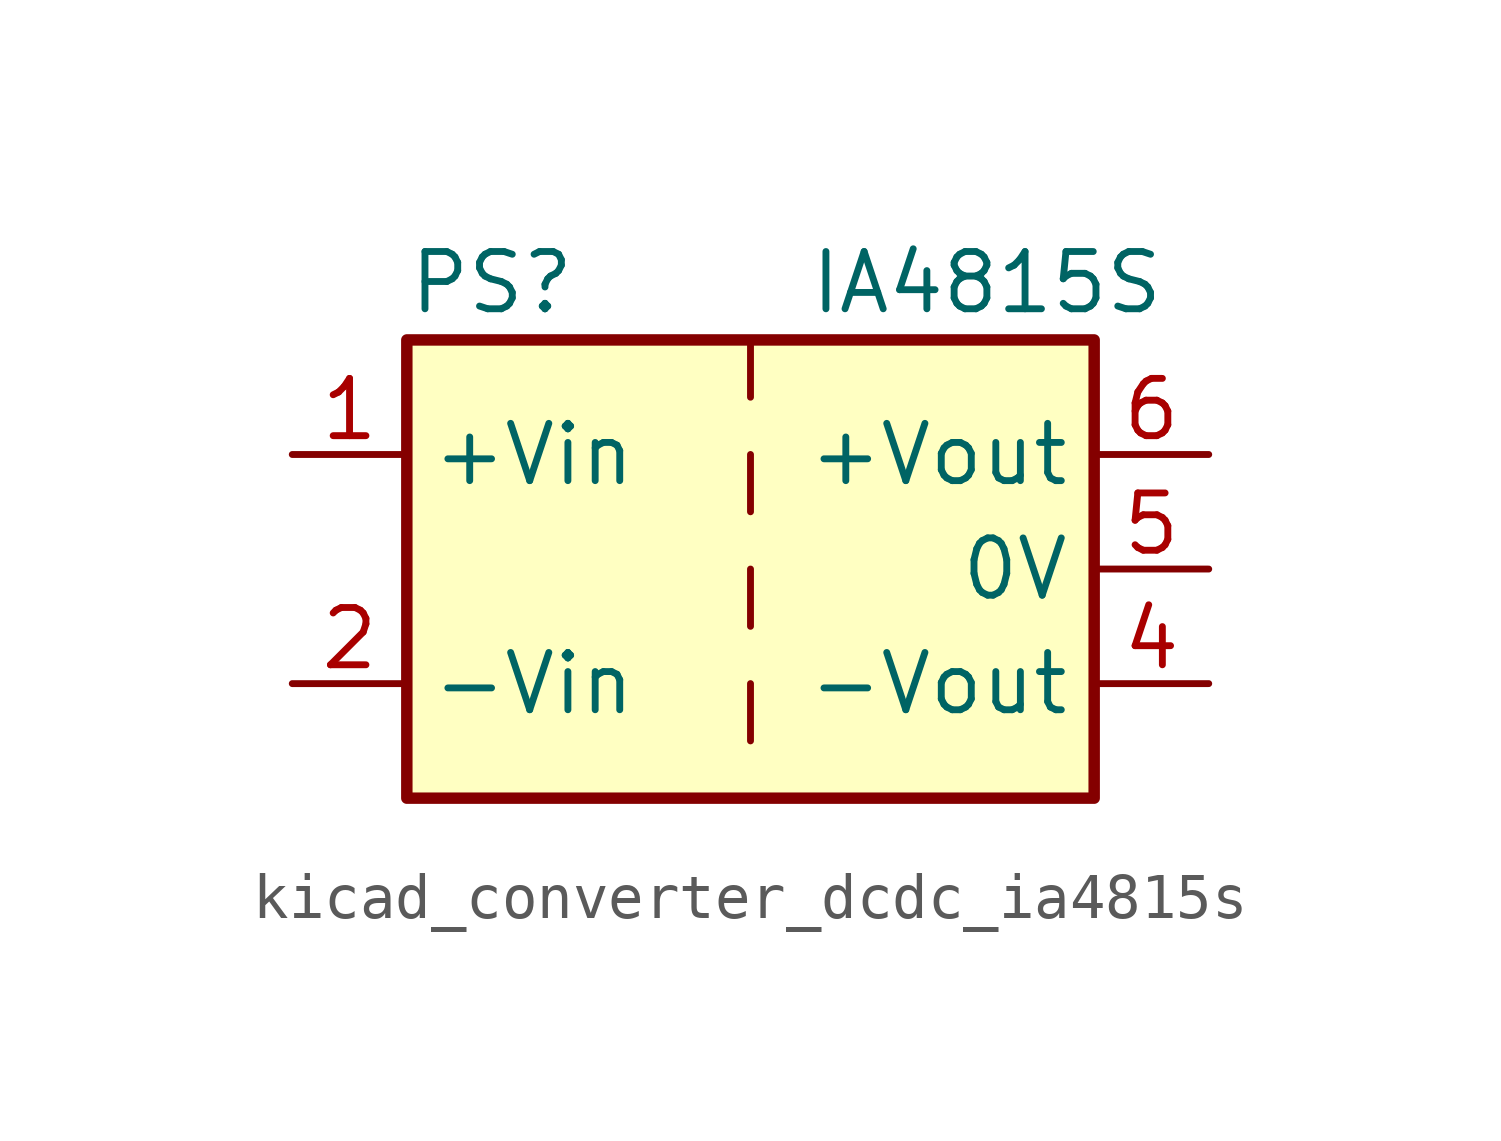
<source format=kicad_sym>
(kicad_symbol_lib
  (version 20220914)
  (generator kicad_symbol_editor)
  (symbol "kicad_converter_dcdc_ia4815s"
    (property "Reference" "PS"
      (at -7.62 6.35 0)
      (effects (font (size 1.27 1.27)) (justify left)))
    (property "Value" "IA4815S"
      (at 1.27 6.35 0)
      (effects (font (size 1.27 1.27)) (justify left)))
    (symbol "kicad_converter_dcdc_ia4815s_0_0"
      (pin power_in line (at -10.16 2.54 0) (length 2.54) (name "+Vin" (effects (font (size 1.27 1.27)))) (number "1" (effects (font (size 1.27 1.27)))))
      (pin power_in line (at -10.16 -2.54 0) (length 2.54) (name "-Vin" (effects (font (size 1.27 1.27)))) (number "2" (effects (font (size 1.27 1.27)))))
      (pin power_out line (at 10.16 -2.54 180) (length 2.54) (name "-Vout" (effects (font (size 1.27 1.27)))) (number "4" (effects (font (size 1.27 1.27)))))
      (pin power_out line (at 10.16 0 180) (length 2.54) (name "0V" (effects (font (size 1.27 1.27)))) (number "5" (effects (font (size 1.27 1.27)))))
      (pin power_out line (at 10.16 2.54 180) (length 2.54) (name "+Vout" (effects (font (size 1.27 1.27)))) (number "6" (effects (font (size 1.27 1.27))))))
    (symbol "kicad_converter_dcdc_ia4815s_0_1"
      (rectangle (start -7.62 5.08) (end 7.62 -5.08) (stroke (width 0.254) (type default)) (fill (type background)))
      (polyline (pts (xy 0 -2.54) (xy 0 -3.81)) (stroke (width 0) (type default)) (fill (type none)))
      (polyline (pts (xy 0 0) (xy 0 -1.27)) (stroke (width 0) (type default)) (fill (type none)))
      (polyline (pts (xy 0 2.54) (xy 0 1.27)) (stroke (width 0) (type default)) (fill (type none)))
      (polyline (pts (xy 0 5.08) (xy 0 3.81)) (stroke (width 0) (type default)) (fill (type none))))))
</source>
